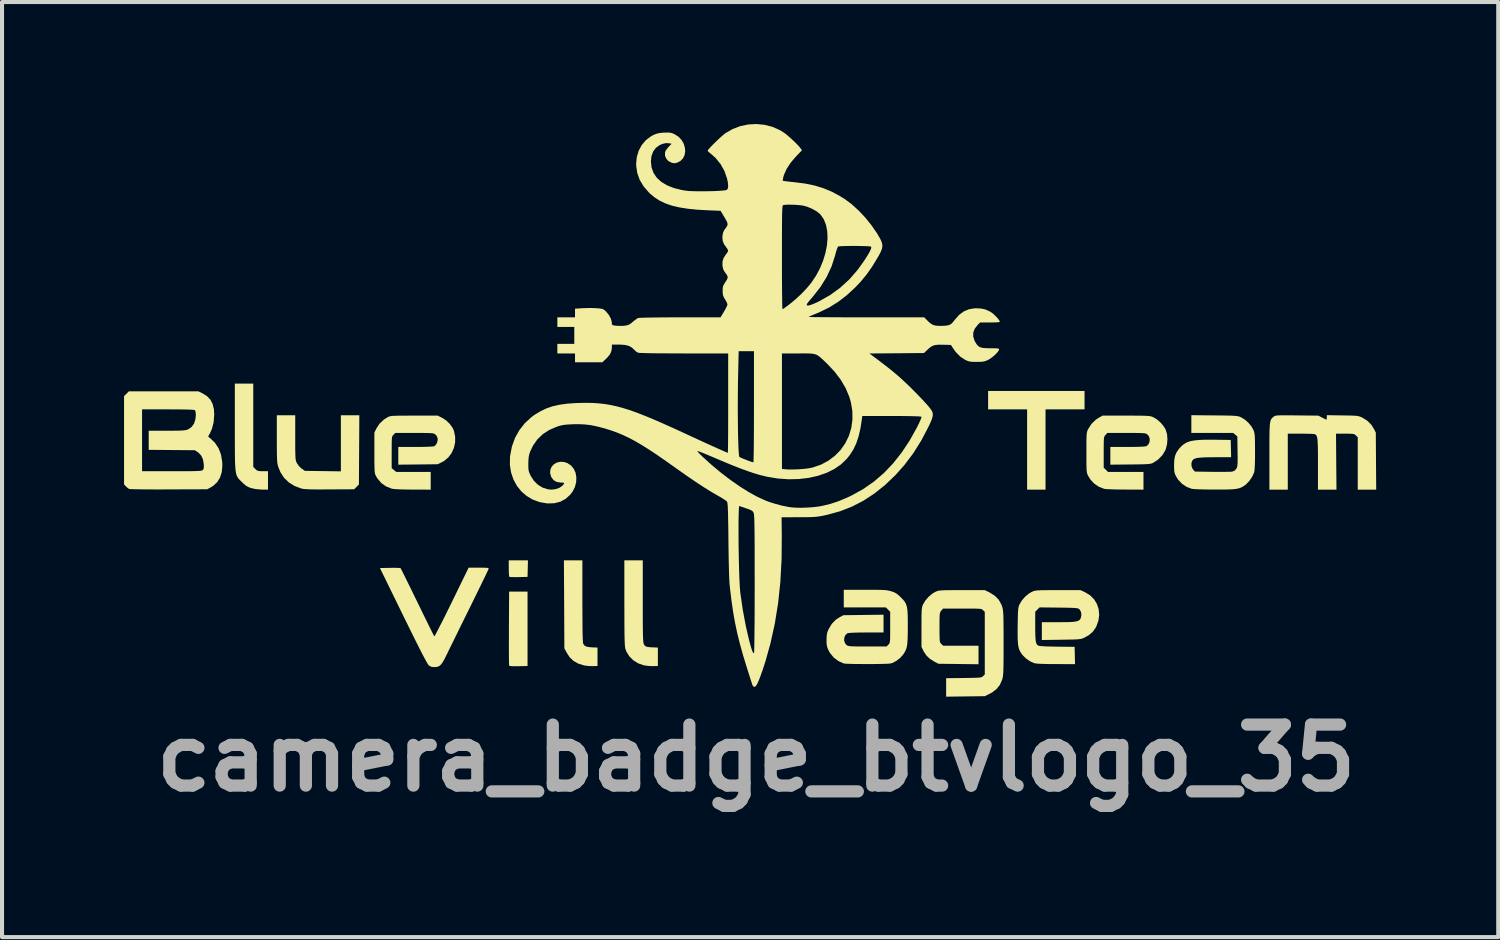
<source format=kicad_pcb>
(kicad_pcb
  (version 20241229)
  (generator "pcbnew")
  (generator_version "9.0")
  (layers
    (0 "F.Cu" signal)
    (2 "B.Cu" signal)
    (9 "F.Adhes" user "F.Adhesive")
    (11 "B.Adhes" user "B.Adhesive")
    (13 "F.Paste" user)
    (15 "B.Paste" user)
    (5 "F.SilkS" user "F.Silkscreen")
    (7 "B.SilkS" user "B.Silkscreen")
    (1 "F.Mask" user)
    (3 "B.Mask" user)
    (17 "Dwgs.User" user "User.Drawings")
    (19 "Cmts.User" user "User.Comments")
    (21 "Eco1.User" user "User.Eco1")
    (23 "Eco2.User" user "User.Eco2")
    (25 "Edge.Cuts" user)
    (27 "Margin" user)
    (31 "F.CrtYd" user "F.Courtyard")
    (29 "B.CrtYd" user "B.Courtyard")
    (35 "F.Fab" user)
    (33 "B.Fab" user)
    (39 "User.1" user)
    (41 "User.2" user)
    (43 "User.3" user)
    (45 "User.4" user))
  (footprint "camera_badge_btvlogo_35"
    (layer "F.Cu")
    (at 15.542 7.287)
    (property "Reference" "camera_badge_btvlogo_35" (at 0 8.3 0) (layer "F.Fab") (effects (font (size 1.5 1.5) (thickness 0.3))))
    (attr board_only exclude_from_pos_files exclude_from_bom)
    (fp_poly (pts (xy -5.616 3.643) (xy -5.621 3.847) (xy -5.84 3.852) (xy -5.925 3.853) (xy -5.997 3.852) (xy -6.048 3.849) (xy -6.07 3.845) (xy -6.07 3.845) (xy -6.075 3.822) (xy -6.08 3.772) (xy -6.082 3.701) (xy -6.083 3.636) (xy -6.083 3.44) (xy -5.847 3.44) (xy -5.611 3.44)) (stroke (width 0) (type solid)) (fill yes) (layer "F.SilkS"))
    (fp_poly (pts (xy 8.074 -0.498) (xy 8.074 -0.272) (xy 7.595 -0.272) (xy 7.115 -0.272) (xy 7.115 0.715) (xy 7.115 1.702) (xy 6.889 1.702) (xy 6.662 1.702) (xy 6.662 0.715) (xy 6.662 -0.272) (xy 6.183 -0.272) (xy 5.703 -0.272) (xy 5.703 -0.498) (xy 5.703 -0.724) (xy 6.889 -0.724) (xy 8.074 -0.724)) (stroke (width 0) (type solid)) (fill yes) (layer "F.SilkS"))
    (fp_poly (pts (xy -5.621 5.123) (xy -5.621 6.038) (xy -5.843 6.043) (xy -5.943 6.044) (xy -6.012 6.042) (xy -6.053 6.037) (xy -6.072 6.028) (xy -6.074 6.025) (xy -6.076 6.002) (xy -6.077 5.948) (xy -6.079 5.864) (xy -6.079 5.754) (xy -6.08 5.623) (xy -6.08 5.473) (xy -6.079 5.309) (xy -6.079 5.133) (xy -6.079 5.105) (xy -6.074 4.209) (xy -5.848 4.209) (xy -5.621 4.209)) (stroke (width 0) (type solid)) (fill yes) (layer "F.SilkS"))
    (fp_poly (pts (xy -4.273 4.444) (xy -4.272 4.69) (xy -4.271 4.902) (xy -4.27 5.079) (xy -4.268 5.224) (xy -4.265 5.336) (xy -4.261 5.418) (xy -4.257 5.47) (xy -4.252 5.492) (xy -4.225 5.532) (xy -4.182 5.558) (xy -4.117 5.573) (xy -4.028 5.58) (xy -3.901 5.585) (xy -3.901 5.811) (xy -3.901 6.038) (xy -4.019 6.041) (xy -4.102 6.039) (xy -4.188 6.031) (xy -4.236 6.022) (xy -4.377 5.978) (xy -4.491 5.913) (xy -4.584 5.825) (xy -4.654 5.718) (xy -4.716 5.603) (xy -4.721 4.521) (xy -4.727 3.44) (xy -4.5 3.44) (xy -4.273 3.44)) (stroke (width 0) (type solid)) (fill yes) (layer "F.SilkS"))
    (fp_poly (pts (xy -12.365 0.119) (xy -12.365 1.143) (xy -12.312 1.196) (xy -12.281 1.224) (xy -12.25 1.24) (xy -12.207 1.247) (xy -12.141 1.249) (xy -12.131 1.249) (xy -12.003 1.249) (xy -12.003 1.475) (xy -12.003 1.702) (xy -12.152 1.701) (xy -12.308 1.688) (xy -12.418 1.663) (xy -12.485 1.638) (xy -12.541 1.607) (xy -12.597 1.561) (xy -12.647 1.513) (xy -12.681 1.48) (xy -12.71 1.45) (xy -12.735 1.421) (xy -12.755 1.389) (xy -12.772 1.353) (xy -12.786 1.308) (xy -12.796 1.252) (xy -12.804 1.183) (xy -12.81 1.096) (xy -12.814 0.99) (xy -12.816 0.861) (xy -12.817 0.707) (xy -12.818 0.524) (xy -12.818 0.31) (xy -12.818 0.151) (xy -12.818 -0.905) (xy -12.591 -0.905) (xy -12.365 -0.905)) (stroke (width 0) (type solid)) (fill yes) (layer "F.SilkS"))
    (fp_poly (pts (xy -2.788 4.445) (xy -2.788 4.666) (xy -2.788 4.853) (xy -2.787 5.01) (xy -2.786 5.139) (xy -2.784 5.243) (xy -2.782 5.325) (xy -2.779 5.388) (xy -2.775 5.435) (xy -2.771 5.468) (xy -2.766 5.491) (xy -2.761 5.504) (xy -2.74 5.536) (xy -2.713 5.557) (xy -2.67 5.569) (xy -2.606 5.577) (xy -2.535 5.58) (xy -2.417 5.585) (xy -2.417 5.811) (xy -2.417 6.038) (xy -2.535 6.041) (xy -2.621 6.039) (xy -2.715 6.028) (xy -2.768 6.019) (xy -2.903 5.972) (xy -3.022 5.897) (xy -3.12 5.799) (xy -3.191 5.682) (xy -3.216 5.616) (xy -3.221 5.591) (xy -3.226 5.553) (xy -3.23 5.5) (xy -3.233 5.429) (xy -3.236 5.338) (xy -3.238 5.223) (xy -3.239 5.082) (xy -3.24 4.913) (xy -3.24 4.713) (xy -3.241 4.487) (xy -3.241 3.44) (xy -3.014 3.44) (xy -2.788 3.44)) (stroke (width 0) (type solid)) (fill yes) (layer "F.SilkS"))
    (fp_poly (pts (xy -11.333 0.422) (xy -11.333 0.577) (xy -11.333 0.701) (xy -11.331 0.797) (xy -11.329 0.871) (xy -11.326 0.925) (xy -11.321 0.966) (xy -11.315 0.996) (xy -11.306 1.021) (xy -11.295 1.045) (xy -11.292 1.05) (xy -11.245 1.119) (xy -11.182 1.18) (xy -11.173 1.186) (xy -11.095 1.24) (xy -10.653 1.246) (xy -10.211 1.252) (xy -10.211 0.562) (xy -10.211 -0.127) (xy -9.984 -0.127) (xy -9.757 -0.127) (xy -9.762 0.724) (xy -9.767 1.574) (xy -9.826 1.634) (xy -9.885 1.693) (xy -10.487 1.696) (xy -10.663 1.697) (xy -10.806 1.697) (xy -10.921 1.696) (xy -11.011 1.693) (xy -11.081 1.689) (xy -11.133 1.684) (xy -11.172 1.677) (xy -11.184 1.674) (xy -11.35 1.612) (xy -11.491 1.524) (xy -11.608 1.411) (xy -11.697 1.273) (xy -11.752 1.138) (xy -11.761 1.104) (xy -11.769 1.068) (xy -11.775 1.024) (xy -11.779 0.969) (xy -11.782 0.898) (xy -11.784 0.806) (xy -11.785 0.69) (xy -11.786 0.544) (xy -11.786 0.451) (xy -11.786 -0.127) (xy -11.559 -0.127) (xy -11.333 -0.127)) (stroke (width 0) (type solid)) (fill yes) (layer "F.SilkS"))
    (fp_poly (pts (xy -6.72 3.621) (xy -6.652 3.622) (xy -6.609 3.625) (xy -6.586 3.631) (xy -6.578 3.64) (xy -6.58 3.653) (xy -6.581 3.657) (xy -6.591 3.679) (xy -6.615 3.731) (xy -6.653 3.81) (xy -6.702 3.911) (xy -6.761 4.033) (xy -6.829 4.172) (xy -6.904 4.324) (xy -6.984 4.488) (xy -7.036 4.594) (xy -7.124 4.771) (xy -7.211 4.947) (xy -7.294 5.116) (xy -7.372 5.276) (xy -7.443 5.42) (xy -7.505 5.546) (xy -7.556 5.65) (xy -7.593 5.727) (xy -7.604 5.748) (xy -7.659 5.859) (xy -7.705 5.941) (xy -7.745 5.998) (xy -7.785 6.035) (xy -7.828 6.055) (xy -7.878 6.064) (xy -7.919 6.065) (xy -7.982 6.059) (xy -8.03 6.036) (xy -8.055 6.015) (xy -8.074 5.988) (xy -8.108 5.931) (xy -8.156 5.843) (xy -8.218 5.724) (xy -8.295 5.574) (xy -8.386 5.392) (xy -8.492 5.178) (xy -8.613 4.932) (xy -8.679 4.798) (xy -9.25 3.63) (xy -9.003 3.625) (xy -8.912 3.624) (xy -8.834 3.625) (xy -8.776 3.628) (xy -8.745 3.632) (xy -8.742 3.634) (xy -8.732 3.652) (xy -8.707 3.7) (xy -8.67 3.775) (xy -8.622 3.872) (xy -8.564 3.99) (xy -8.497 4.124) (xy -8.425 4.273) (xy -8.348 4.431) (xy -8.328 4.472) (xy -8.249 4.633) (xy -8.176 4.784) (xy -8.108 4.922) (xy -8.048 5.044) (xy -7.997 5.146) (xy -7.957 5.227) (xy -7.929 5.281) (xy -7.915 5.307) (xy -7.914 5.309) (xy -7.904 5.296) (xy -7.879 5.253) (xy -7.842 5.184) (xy -7.794 5.09) (xy -7.735 4.976) (xy -7.669 4.845) (xy -7.596 4.698) (xy -7.518 4.539) (xy -7.485 4.472) (xy -7.07 3.621) (xy -6.819 3.621)) (stroke (width 0) (type solid)) (fill yes) (layer "F.SilkS"))
    (fp_poly (pts (xy 14.415 -0.123) (xy 14.544 -0.121) (xy 14.641 -0.119) (xy 14.714 -0.116) (xy 14.769 -0.111) (xy 14.81 -0.104) (xy 14.845 -0.094) (xy 14.877 -0.081) (xy 14.902 -0.07) (xy 15.025 0.007) (xy 15.127 0.109) (xy 15.19 0.209) (xy 15.235 0.299) (xy 15.24 1) (xy 15.245 1.702) (xy 15.018 1.702) (xy 14.791 1.702) (xy 14.791 1.058) (xy 14.791 0.415) (xy 14.747 0.37) (xy 14.726 0.352) (xy 14.704 0.339) (xy 14.672 0.331) (xy 14.624 0.328) (xy 14.553 0.326) (xy 14.48 0.326) (xy 14.257 0.326) (xy 14.262 1.014) (xy 14.268 1.702) (xy 14.041 1.702) (xy 13.813 1.702) (xy 13.813 1.076) (xy 13.813 0.897) (xy 13.812 0.75) (xy 13.81 0.633) (xy 13.806 0.541) (xy 13.801 0.471) (xy 13.793 0.421) (xy 13.782 0.385) (xy 13.769 0.362) (xy 13.752 0.347) (xy 13.731 0.337) (xy 13.704 0.333) (xy 13.647 0.33) (xy 13.567 0.328) (xy 13.471 0.326) (xy 13.386 0.326) (xy 13.071 0.326) (xy 13.071 1.014) (xy 13.071 1.702) (xy 12.845 1.702) (xy 12.619 1.702) (xy 12.619 0.887) (xy 12.619 0.683) (xy 12.619 0.513) (xy 12.62 0.373) (xy 12.622 0.259) (xy 12.626 0.168) (xy 12.631 0.098) (xy 12.639 0.044) (xy 12.649 0.003) (xy 12.661 -0.027) (xy 12.677 -0.05) (xy 12.696 -0.069) (xy 12.718 -0.088) (xy 12.72 -0.088) (xy 12.735 -0.1) (xy 12.752 -0.109) (xy 12.774 -0.116) (xy 12.806 -0.121) (xy 12.852 -0.124) (xy 12.916 -0.125) (xy 13.002 -0.126) (xy 13.115 -0.125) (xy 13.259 -0.124) (xy 13.297 -0.123) (xy 13.822 -0.118) (xy 13.919 -0.068) (xy 13.971 -0.041) (xy 14.009 -0.023) (xy 14.023 -0.018) (xy 14.028 -0.034) (xy 14.031 -0.072) (xy 14.031 -0.074) (xy 14.031 -0.129)) (stroke (width 0) (type solid)) (fill yes) (layer "F.SilkS"))
    (fp_poly (pts (xy -7.727 -0.067) (xy -7.626 -0.003) (xy -7.536 0.083) (xy -7.466 0.179) (xy -7.431 0.256) (xy -7.401 0.398) (xy -7.402 0.541) (xy -7.432 0.677) (xy -7.489 0.803) (xy -7.571 0.912) (xy -7.676 0.998) (xy -7.727 1.026) (xy -7.83 1.077) (xy -8.314 1.083) (xy -8.799 1.088) (xy -8.799 0.87) (xy -8.799 0.652) (xy -8.372 0.652) (xy -8.22 0.651) (xy -8.095 0.648) (xy -8 0.644) (xy -7.937 0.639) (xy -7.909 0.632) (xy -7.87 0.594) (xy -7.841 0.534) (xy -7.83 0.468) (xy -7.833 0.435) (xy -7.855 0.383) (xy -7.889 0.343) (xy -7.905 0.333) (xy -7.924 0.324) (xy -7.952 0.318) (xy -7.992 0.313) (xy -8.05 0.311) (xy -8.129 0.309) (xy -8.235 0.308) (xy -8.371 0.308) (xy -8.404 0.308) (xy -8.873 0.308) (xy -8.917 0.352) (xy -8.932 0.368) (xy -8.943 0.384) (xy -8.951 0.406) (xy -8.956 0.439) (xy -8.959 0.488) (xy -8.961 0.559) (xy -8.961 0.655) (xy -8.962 0.782) (xy -8.962 0.785) (xy -8.962 1.174) (xy -8.906 1.22) (xy -8.85 1.267) (xy -8.426 1.267) (xy -8.002 1.267) (xy -8.002 1.485) (xy -8.002 1.702) (xy -8.441 1.701) (xy -8.614 1.699) (xy -8.755 1.695) (xy -8.863 1.69) (xy -8.936 1.682) (xy -8.963 1.677) (xy -9.101 1.622) (xy -9.218 1.539) (xy -9.312 1.427) (xy -9.347 1.369) (xy -9.359 1.345) (xy -9.368 1.321) (xy -9.375 1.292) (xy -9.38 1.252) (xy -9.383 1.198) (xy -9.385 1.125) (xy -9.387 1.028) (xy -9.387 0.903) (xy -9.387 0.797) (xy -9.387 0.299) (xy -9.337 0.196) (xy -9.259 0.078) (xy -9.152 -0.022) (xy -9.066 -0.076) (xy -9.044 -0.088) (xy -9.022 -0.097) (xy -8.995 -0.104) (xy -8.96 -0.109) (xy -8.912 -0.113) (xy -8.848 -0.115) (xy -8.763 -0.117) (xy -8.652 -0.117) (xy -8.512 -0.118) (xy -8.409 -0.118) (xy -7.83 -0.118)) (stroke (width 0) (type solid)) (fill yes) (layer "F.SilkS"))
    (fp_poly (pts (xy -13.61 -0.664) (xy -13.5 -0.595) (xy -13.418 -0.509) (xy -13.363 -0.402) (xy -13.332 -0.272) (xy -13.325 -0.145) (xy -13.339 0.044) (xy -13.382 0.211) (xy -13.428 0.311) (xy -13.475 0.398) (xy -13.422 0.439) (xy -13.305 0.552) (xy -13.217 0.686) (xy -13.158 0.841) (xy -13.129 1.016) (xy -13.125 1.111) (xy -13.139 1.269) (xy -13.182 1.405) (xy -13.252 1.518) (xy -13.349 1.608) (xy -13.399 1.639) (xy -13.497 1.693) (xy -14.438 1.696) (xy -14.62 1.697) (xy -14.792 1.697) (xy -14.95 1.696) (xy -15.091 1.695) (xy -15.211 1.693) (xy -15.307 1.691) (xy -15.375 1.689) (xy -15.411 1.686) (xy -15.416 1.685) (xy -15.453 1.661) (xy -15.494 1.624) (xy -15.497 1.621) (xy -15.542 1.572) (xy -15.542 0.488) (xy -15.542 -0.272) (xy -15.099 -0.272) (xy -15.099 0.489) (xy -15.099 1.249) (xy -14.367 1.249) (xy -14.183 1.249) (xy -14.033 1.249) (xy -13.911 1.248) (xy -13.816 1.246) (xy -13.744 1.244) (xy -13.691 1.241) (xy -13.653 1.237) (xy -13.629 1.232) (xy -13.613 1.225) (xy -13.605 1.219) (xy -13.587 1.192) (xy -13.58 1.149) (xy -13.581 1.083) (xy -13.582 1.079) (xy -13.602 0.957) (xy -13.646 0.862) (xy -13.715 0.791) (xy -13.729 0.781) (xy -13.802 0.733) (xy -14.369 0.728) (xy -14.936 0.723) (xy -14.936 0.488) (xy -14.936 0.253) (xy -14.488 0.253) (xy -14.346 0.253) (xy -14.235 0.252) (xy -14.151 0.25) (xy -14.088 0.246) (xy -14.042 0.241) (xy -14.007 0.234) (xy -13.979 0.225) (xy -13.965 0.219) (xy -13.882 0.162) (xy -13.822 0.079) (xy -13.787 -0.028) (xy -13.777 -0.135) (xy -13.781 -0.193) (xy -13.791 -0.236) (xy -13.799 -0.25) (xy -13.816 -0.256) (xy -13.853 -0.261) (xy -13.915 -0.265) (xy -14.002 -0.268) (xy -14.119 -0.27) (xy -14.266 -0.271) (xy -14.447 -0.272) (xy -14.46 -0.272) (xy -15.099 -0.272) (xy -15.542 -0.272) (xy -15.542 -0.597) (xy -15.483 -0.656) (xy -15.424 -0.715) (xy -14.569 -0.715) (xy -13.714 -0.715)) (stroke (width 0) (type solid)) (fill yes) (layer "F.SilkS"))
    (fp_poly (pts (xy 9.258 -0.118) (xy 9.386 -0.117) (xy 9.487 -0.116) (xy 9.564 -0.114) (xy 9.623 -0.111) (xy 9.667 -0.107) (xy 9.7 -0.101) (xy 9.728 -0.093) (xy 9.754 -0.083) (xy 9.771 -0.075) (xy 9.862 -0.019) (xy 9.951 0.061) (xy 10.026 0.153) (xy 10.071 0.231) (xy 10.102 0.337) (xy 10.112 0.46) (xy 10.102 0.587) (xy 10.071 0.706) (xy 10.058 0.738) (xy 9.983 0.861) (xy 9.879 0.965) (xy 9.773 1.035) (xy 9.749 1.048) (xy 9.724 1.058) (xy 9.694 1.065) (xy 9.654 1.071) (xy 9.6 1.075) (xy 9.528 1.078) (xy 9.431 1.08) (xy 9.306 1.082) (xy 9.201 1.083) (xy 8.708 1.088) (xy 8.708 0.87) (xy 8.708 0.652) (xy 9.135 0.652) (xy 9.275 0.651) (xy 9.395 0.649) (xy 9.491 0.645) (xy 9.558 0.64) (xy 9.594 0.634) (xy 9.596 0.633) (xy 9.646 0.588) (xy 9.673 0.525) (xy 9.677 0.455) (xy 9.656 0.389) (xy 9.619 0.345) (xy 9.603 0.334) (xy 9.584 0.325) (xy 9.558 0.318) (xy 9.519 0.314) (xy 9.464 0.311) (xy 9.388 0.309) (xy 9.286 0.308) (xy 9.154 0.308) (xy 9.103 0.308) (xy 8.634 0.308) (xy 8.59 0.356) (xy 8.575 0.372) (xy 8.564 0.39) (xy 8.556 0.413) (xy 8.551 0.448) (xy 8.547 0.499) (xy 8.546 0.571) (xy 8.545 0.669) (xy 8.545 0.783) (xy 8.545 1.161) (xy 8.598 1.214) (xy 8.651 1.267) (xy 9.087 1.267) (xy 9.523 1.267) (xy 9.523 1.485) (xy 9.523 1.702) (xy 9.075 1.7) (xy 8.947 1.699) (xy 8.828 1.697) (xy 8.723 1.693) (xy 8.638 1.69) (xy 8.58 1.685) (xy 8.558 1.682) (xy 8.43 1.634) (xy 8.314 1.556) (xy 8.218 1.453) (xy 8.162 1.361) (xy 8.149 1.335) (xy 8.139 1.308) (xy 8.132 1.278) (xy 8.127 1.238) (xy 8.123 1.185) (xy 8.121 1.113) (xy 8.12 1.017) (xy 8.12 0.894) (xy 8.12 0.788) (xy 8.12 0.641) (xy 8.12 0.527) (xy 8.122 0.439) (xy 8.124 0.373) (xy 8.128 0.324) (xy 8.134 0.288) (xy 8.142 0.259) (xy 8.152 0.234) (xy 8.161 0.215) (xy 8.244 0.085) (xy 8.35 -0.017) (xy 8.421 -0.064) (xy 8.518 -0.118) (xy 9.097 -0.118)) (stroke (width 0) (type solid)) (fill yes) (layer "F.SilkS"))
    (fp_poly (pts (xy 2.831 4.164) (xy 2.954 4.165) (xy 3.05 4.166) (xy 3.125 4.169) (xy 3.183 4.173) (xy 3.23 4.179) (xy 3.269 4.187) (xy 3.307 4.197) (xy 3.324 4.202) (xy 3.392 4.226) (xy 3.447 4.255) (xy 3.5 4.296) (xy 3.559 4.352) (xy 3.607 4.402) (xy 3.646 4.448) (xy 3.675 4.495) (xy 3.696 4.548) (xy 3.711 4.611) (xy 3.721 4.691) (xy 3.726 4.792) (xy 3.728 4.918) (xy 3.728 5.075) (xy 3.728 5.086) (xy 3.727 5.238) (xy 3.724 5.36) (xy 3.719 5.456) (xy 3.71 5.533) (xy 3.697 5.594) (xy 3.678 5.647) (xy 3.653 5.696) (xy 3.621 5.746) (xy 3.607 5.765) (xy 3.536 5.844) (xy 3.444 5.914) (xy 3.346 5.964) (xy 3.314 5.974) (xy 3.279 5.979) (xy 3.214 5.983) (xy 3.124 5.986) (xy 3.016 5.988) (xy 2.895 5.99) (xy 2.767 5.99) (xy 2.637 5.99) (xy 2.512 5.989) (xy 2.397 5.988) (xy 2.297 5.985) (xy 2.219 5.982) (xy 2.168 5.978) (xy 2.154 5.976) (xy 2.02 5.916) (xy 1.905 5.828) (xy 1.813 5.715) (xy 1.776 5.648) (xy 1.752 5.589) (xy 1.737 5.533) (xy 1.731 5.467) (xy 1.73 5.395) (xy 1.733 5.308) (xy 1.741 5.243) (xy 1.759 5.183) (xy 1.781 5.133) (xy 1.859 5.002) (xy 1.962 4.897) (xy 2.055 4.837) (xy 2.145 4.789) (xy 2.639 4.783) (xy 3.132 4.777) (xy 3.132 4.996) (xy 3.132 5.214) (xy 2.705 5.214) (xy 2.565 5.215) (xy 2.445 5.217) (xy 2.349 5.221) (xy 2.282 5.226) (xy 2.247 5.232) (xy 2.244 5.233) (xy 2.194 5.278) (xy 2.167 5.341) (xy 2.163 5.411) (xy 2.184 5.476) (xy 2.221 5.521) (xy 2.237 5.532) (xy 2.256 5.541) (xy 2.282 5.547) (xy 2.321 5.552) (xy 2.376 5.555) (xy 2.452 5.557) (xy 2.554 5.558) (xy 2.686 5.558) (xy 2.737 5.558) (xy 3.206 5.558) (xy 3.251 5.514) (xy 3.265 5.498) (xy 3.276 5.482) (xy 3.284 5.459) (xy 3.289 5.426) (xy 3.293 5.376) (xy 3.294 5.305) (xy 3.295 5.208) (xy 3.295 5.087) (xy 3.295 4.704) (xy 3.242 4.651) (xy 3.189 4.598) (xy 2.672 4.598) (xy 2.154 4.598) (xy 2.154 4.381) (xy 2.154 4.164) (xy 2.677 4.164)) (stroke (width 0) (type solid)) (fill yes) (layer "F.SilkS"))
    (fp_poly (pts (xy 8.088 4.225) (xy 8.211 4.301) (xy 8.309 4.398) (xy 8.379 4.514) (xy 8.421 4.642) (xy 8.434 4.78) (xy 8.415 4.923) (xy 8.364 5.065) (xy 8.349 5.093) (xy 8.276 5.197) (xy 8.178 5.281) (xy 8.075 5.338) (xy 8.044 5.353) (xy 8.014 5.364) (xy 7.982 5.372) (xy 7.941 5.378) (xy 7.888 5.383) (xy 7.816 5.386) (xy 7.722 5.388) (xy 7.6 5.39) (xy 7.5 5.392) (xy 7.024 5.399) (xy 7.024 5.18) (xy 7.024 4.961) (xy 7.432 4.961) (xy 7.583 4.96) (xy 7.701 4.958) (xy 7.792 4.953) (xy 7.859 4.944) (xy 7.907 4.932) (xy 7.941 4.914) (xy 7.964 4.891) (xy 7.98 4.86) (xy 7.983 4.854) (xy 7.997 4.782) (xy 7.987 4.709) (xy 7.954 4.65) (xy 7.945 4.642) (xy 7.931 4.631) (xy 7.912 4.623) (xy 7.884 4.617) (xy 7.841 4.612) (xy 7.78 4.609) (xy 7.696 4.606) (xy 7.584 4.604) (xy 7.441 4.602) (xy 7.438 4.602) (xy 6.969 4.597) (xy 6.915 4.65) (xy 6.861 4.704) (xy 6.861 5.067) (xy 6.862 5.205) (xy 6.865 5.311) (xy 6.87 5.391) (xy 6.878 5.448) (xy 6.891 5.488) (xy 6.908 5.515) (xy 6.931 5.533) (xy 6.94 5.538) (xy 6.973 5.545) (xy 7.039 5.551) (xy 7.137 5.557) (xy 7.264 5.56) (xy 7.405 5.563) (xy 7.83 5.567) (xy 7.835 5.78) (xy 7.84 5.992) (xy 7.373 5.991) (xy 7.203 5.99) (xy 7.067 5.987) (xy 6.962 5.983) (xy 6.887 5.977) (xy 6.839 5.969) (xy 6.832 5.967) (xy 6.731 5.921) (xy 6.631 5.851) (xy 6.549 5.768) (xy 6.537 5.753) (xy 6.504 5.705) (xy 6.478 5.657) (xy 6.458 5.604) (xy 6.444 5.542) (xy 6.435 5.464) (xy 6.43 5.367) (xy 6.429 5.245) (xy 6.429 5.094) (xy 6.43 5.046) (xy 6.432 4.907) (xy 6.434 4.799) (xy 6.437 4.717) (xy 6.442 4.656) (xy 6.447 4.61) (xy 6.455 4.575) (xy 6.465 4.545) (xy 6.475 4.522) (xy 6.533 4.426) (xy 6.612 4.335) (xy 6.702 4.259) (xy 6.776 4.216) (xy 6.804 4.204) (xy 6.83 4.194) (xy 6.861 4.187) (xy 6.898 4.181) (xy 6.949 4.178) (xy 7.016 4.175) (xy 7.104 4.174) (xy 7.218 4.173) (xy 7.363 4.173) (xy 7.423 4.173) (xy 7.975 4.173)) (stroke (width 0) (type solid)) (fill yes) (layer "F.SilkS"))
    (fp_poly (pts (xy 11.265 -0.123) (xy 11.424 -0.122) (xy 11.55 -0.12) (xy 11.65 -0.118) (xy 11.726 -0.115) (xy 11.783 -0.111) (xy 11.826 -0.106) (xy 11.86 -0.1) (xy 11.888 -0.091) (xy 11.915 -0.08) (xy 11.925 -0.075) (xy 12.015 -0.02) (xy 12.103 0.058) (xy 12.178 0.148) (xy 12.229 0.24) (xy 12.231 0.244) (xy 12.242 0.277) (xy 12.25 0.312) (xy 12.257 0.356) (xy 12.261 0.412) (xy 12.264 0.488) (xy 12.265 0.587) (xy 12.265 0.716) (xy 12.266 0.769) (xy 12.265 0.938) (xy 12.262 1.073) (xy 12.257 1.174) (xy 12.25 1.244) (xy 12.243 1.279) (xy 12.199 1.379) (xy 12.133 1.478) (xy 12.054 1.564) (xy 12.025 1.588) (xy 11.98 1.619) (xy 11.936 1.644) (xy 11.888 1.664) (xy 11.831 1.678) (xy 11.761 1.689) (xy 11.673 1.695) (xy 11.562 1.699) (xy 11.423 1.7) (xy 11.271 1.7) (xy 11.138 1.699) (xy 11.013 1.697) (xy 10.902 1.694) (xy 10.812 1.69) (xy 10.746 1.686) (xy 10.713 1.682) (xy 10.584 1.634) (xy 10.468 1.556) (xy 10.372 1.453) (xy 10.316 1.361) (xy 10.296 1.315) (xy 10.283 1.267) (xy 10.277 1.209) (xy 10.275 1.128) (xy 10.275 1.095) (xy 10.28 0.971) (xy 10.299 0.872) (xy 10.334 0.788) (xy 10.388 0.708) (xy 10.426 0.665) (xy 10.481 0.611) (xy 10.539 0.568) (xy 10.604 0.535) (xy 10.682 0.509) (xy 10.776 0.492) (xy 10.891 0.48) (xy 11.031 0.475) (xy 11.201 0.474) (xy 11.288 0.475) (xy 11.668 0.48) (xy 11.673 0.692) (xy 11.678 0.905) (xy 11.284 0.905) (xy 11.13 0.906) (xy 11.008 0.909) (xy 10.914 0.915) (xy 10.844 0.923) (xy 10.793 0.936) (xy 10.758 0.953) (xy 10.733 0.974) (xy 10.727 0.982) (xy 10.702 1.047) (xy 10.703 1.12) (xy 10.729 1.189) (xy 10.743 1.207) (xy 10.787 1.258) (xy 11.218 1.264) (xy 11.343 1.265) (xy 11.459 1.265) (xy 11.56 1.264) (xy 11.64 1.263) (xy 11.693 1.26) (xy 11.71 1.258) (xy 11.77 1.231) (xy 11.805 1.189) (xy 11.817 1.167) (xy 11.826 1.142) (xy 11.832 1.109) (xy 11.836 1.062) (xy 11.838 0.996) (xy 11.838 0.905) (xy 11.836 0.784) (xy 11.836 0.763) (xy 11.831 0.395) (xy 11.78 0.351) (xy 11.729 0.308) (xy 11.214 0.308) (xy 10.7 0.308) (xy 10.7 0.09) (xy 10.7 -0.129)) (stroke (width 0) (type solid)) (fill yes) (layer "F.SilkS"))
    (fp_poly (pts (xy 5.743 4.232) (xy 5.868 4.311) (xy 5.963 4.408) (xy 6.029 4.526) (xy 6.047 4.576) (xy 6.056 4.606) (xy 6.063 4.637) (xy 6.069 4.673) (xy 6.073 4.718) (xy 6.077 4.774) (xy 6.079 4.847) (xy 6.081 4.938) (xy 6.082 5.053) (xy 6.083 5.194) (xy 6.083 5.366) (xy 6.083 5.476) (xy 6.083 5.667) (xy 6.083 5.825) (xy 6.082 5.954) (xy 6.08 6.058) (xy 6.078 6.141) (xy 6.075 6.205) (xy 6.071 6.256) (xy 6.066 6.296) (xy 6.06 6.33) (xy 6.052 6.36) (xy 6.047 6.377) (xy 5.991 6.503) (xy 5.907 6.608) (xy 5.794 6.693) (xy 5.743 6.72) (xy 5.622 6.78) (xy 5.147 6.786) (xy 4.671 6.792) (xy 4.671 6.565) (xy 4.671 6.338) (xy 5.105 6.333) (xy 5.241 6.331) (xy 5.346 6.329) (xy 5.424 6.327) (xy 5.48 6.323) (xy 5.519 6.318) (xy 5.544 6.311) (xy 5.562 6.302) (xy 5.576 6.29) (xy 5.58 6.286) (xy 5.621 6.245) (xy 5.621 5.476) (xy 5.621 4.708) (xy 5.58 4.667) (xy 5.567 4.654) (xy 5.552 4.645) (xy 5.531 4.637) (xy 5.499 4.632) (xy 5.452 4.629) (xy 5.386 4.627) (xy 5.295 4.626) (xy 5.177 4.626) (xy 5.067 4.626) (xy 4.595 4.626) (xy 4.552 4.676) (xy 4.537 4.695) (xy 4.526 4.714) (xy 4.518 4.739) (xy 4.513 4.776) (xy 4.51 4.83) (xy 4.508 4.906) (xy 4.508 5.009) (xy 4.508 5.089) (xy 4.508 5.212) (xy 4.509 5.304) (xy 4.511 5.371) (xy 4.514 5.416) (xy 4.52 5.447) (xy 4.529 5.468) (xy 4.541 5.484) (xy 4.552 5.495) (xy 4.597 5.54) (xy 5.032 5.54) (xy 5.467 5.54) (xy 5.467 5.767) (xy 5.467 5.995) (xy 4.974 5.989) (xy 4.481 5.983) (xy 4.386 5.934) (xy 4.273 5.863) (xy 4.188 5.783) (xy 4.123 5.686) (xy 4.115 5.67) (xy 4.064 5.567) (xy 4.064 5.087) (xy 4.065 4.942) (xy 4.065 4.828) (xy 4.067 4.741) (xy 4.069 4.675) (xy 4.074 4.627) (xy 4.08 4.59) (xy 4.088 4.56) (xy 4.099 4.533) (xy 4.104 4.522) (xy 4.162 4.426) (xy 4.241 4.335) (xy 4.331 4.259) (xy 4.404 4.216) (xy 4.432 4.204) (xy 4.458 4.194) (xy 4.488 4.187) (xy 4.526 4.182) (xy 4.576 4.178) (xy 4.642 4.175) (xy 4.73 4.174) (xy 4.842 4.173) (xy 4.985 4.173) (xy 5.06 4.173) (xy 5.622 4.173)) (stroke (width 0) (type solid)) (fill yes) (layer "F.SilkS"))
    (fp_poly (pts (xy 0.207 -7.268) (xy 0.401 -7.218) (xy 0.582 -7.138) (xy 0.681 -7.077) (xy 0.746 -7.028) (xy 0.822 -6.962) (xy 0.903 -6.889) (xy 0.98 -6.814) (xy 1.045 -6.747) (xy 1.089 -6.694) (xy 1.089 -6.693) (xy 1.126 -6.643) (xy 0.974 -6.484) (xy 0.847 -6.335) (xy 0.75 -6.186) (xy 0.685 -6.042) (xy 0.669 -5.987) (xy 0.658 -5.936) (xy 0.654 -5.9) (xy 0.655 -5.892) (xy 0.675 -5.888) (xy 0.725 -5.881) (xy 0.798 -5.872) (xy 0.888 -5.862) (xy 0.943 -5.857) (xy 1.206 -5.823) (xy 1.444 -5.774) (xy 1.662 -5.706) (xy 1.87 -5.619) (xy 2.073 -5.508) (xy 2.187 -5.437) (xy 2.352 -5.313) (xy 2.519 -5.161) (xy 2.681 -4.989) (xy 2.832 -4.802) (xy 2.965 -4.61) (xy 3.022 -4.515) (xy 3.068 -4.429) (xy 3.095 -4.357) (xy 3.104 -4.291) (xy 3.093 -4.223) (xy 3.063 -4.144) (xy 3.012 -4.047) (xy 2.988 -4.005) (xy 2.852 -3.782) (xy 2.714 -3.586) (xy 2.565 -3.406) (xy 2.434 -3.268) (xy 2.225 -3.075) (xy 2.013 -2.913) (xy 1.791 -2.775) (xy 1.55 -2.658) (xy 1.491 -2.633) (xy 1.414 -2.602) (xy 1.35 -2.574) (xy 1.306 -2.554) (xy 1.29 -2.545) (xy 1.306 -2.544) (xy 1.355 -2.542) (xy 1.436 -2.54) (xy 1.544 -2.539) (xy 1.678 -2.538) (xy 1.834 -2.537) (xy 2.011 -2.536) (xy 2.204 -2.535) (xy 2.413 -2.535) (xy 2.633 -2.535) (xy 2.706 -2.535) (xy 4.132 -2.535) (xy 4.214 -2.451) (xy 4.276 -2.393) (xy 4.334 -2.355) (xy 4.396 -2.334) (xy 4.474 -2.325) (xy 4.574 -2.325) (xy 4.666 -2.33) (xy 4.731 -2.341) (xy 4.78 -2.362) (xy 4.824 -2.4) (xy 4.871 -2.458) (xy 4.885 -2.476) (xy 4.991 -2.596) (xy 5.108 -2.682) (xy 5.238 -2.735) (xy 5.382 -2.757) (xy 5.411 -2.757) (xy 5.532 -2.751) (xy 5.633 -2.729) (xy 5.729 -2.687) (xy 5.781 -2.657) (xy 5.83 -2.62) (xy 5.883 -2.57) (xy 5.933 -2.517) (xy 5.971 -2.468) (xy 5.991 -2.431) (xy 5.992 -2.423) (xy 5.975 -2.418) (xy 5.929 -2.413) (xy 5.859 -2.41) (xy 5.773 -2.408) (xy 5.749 -2.408) (xy 5.506 -2.408) (xy 5.45 -2.352) (xy 5.376 -2.259) (xy 5.338 -2.163) (xy 5.337 -2.063) (xy 5.37 -1.958) (xy 5.396 -1.912) (xy 5.43 -1.86) (xy 5.465 -1.824) (xy 5.507 -1.799) (xy 5.564 -1.784) (xy 5.641 -1.777) (xy 5.746 -1.774) (xy 5.78 -1.774) (xy 5.867 -1.773) (xy 5.925 -1.771) (xy 5.958 -1.765) (xy 5.972 -1.755) (xy 5.974 -1.746) (xy 5.96 -1.712) (xy 5.923 -1.664) (xy 5.871 -1.611) (xy 5.809 -1.558) (xy 5.746 -1.513) (xy 5.705 -1.489) (xy 5.653 -1.466) (xy 5.606 -1.451) (xy 5.553 -1.443) (xy 5.482 -1.44) (xy 5.422 -1.439) (xy 5.334 -1.44) (xy 5.271 -1.445) (xy 5.221 -1.455) (xy 5.174 -1.473) (xy 5.142 -1.488) (xy 5.019 -1.568) (xy 4.909 -1.681) (xy 4.846 -1.767) (xy 4.788 -1.856) (xy 4.594 -1.861) (xy 4.489 -1.862) (xy 4.41 -1.855) (xy 4.348 -1.838) (xy 4.293 -1.808) (xy 4.235 -1.761) (xy 4.204 -1.731) (xy 4.126 -1.657) (xy 3.455 -1.651) (xy 2.785 -1.646) (xy 3.035 -1.459) (xy 3.138 -1.38) (xy 3.251 -1.292) (xy 3.36 -1.204) (xy 3.456 -1.124) (xy 3.485 -1.1) (xy 3.582 -1.013) (xy 3.692 -0.91) (xy 3.809 -0.797) (xy 3.926 -0.679) (xy 4.039 -0.563) (xy 4.139 -0.456) (xy 4.222 -0.364) (xy 4.251 -0.329) (xy 4.299 -0.268) (xy 4.33 -0.214) (xy 4.344 -0.162) (xy 4.34 -0.103) (xy 4.32 -0.032) (xy 4.282 0.059) (xy 4.247 0.136) (xy 4.066 0.483) (xy 3.863 0.807) (xy 3.639 1.104) (xy 3.423 1.346) (xy 3.167 1.59) (xy 2.905 1.799) (xy 2.635 1.975) (xy 2.354 2.12) (xy 2.06 2.234) (xy 1.749 2.32) (xy 1.704 2.33) (xy 1.627 2.346) (xy 1.56 2.358) (xy 1.495 2.367) (xy 1.426 2.373) (xy 1.345 2.377) (xy 1.245 2.379) (xy 1.12 2.38) (xy 1.05 2.38) (xy 0.625 2.381) (xy 0.63 2.842) (xy 0.625 3.416) (xy 0.595 3.966) (xy 0.54 4.492) (xy 0.458 4.998) (xy 0.351 5.484) (xy 0.229 5.92) (xy 0.167 6.112) (xy 0.112 6.269) (xy 0.065 6.391) (xy 0.025 6.479) (xy -0.009 6.532) (xy -0.034 6.55) (xy -0.069 6.543) (xy -0.09 6.51) (xy -0.1 6.481) (xy -0.119 6.422) (xy -0.146 6.339) (xy -0.178 6.239) (xy -0.214 6.126) (xy -0.234 6.061) (xy -0.324 5.767) (xy -0.4 5.494) (xy -0.465 5.233) (xy -0.519 4.976) (xy -0.566 4.713) (xy -0.606 4.436) (xy -0.643 4.133) (xy -0.653 4.037) (xy -0.657 3.981) (xy -0.662 3.893) (xy -0.666 3.777) (xy -0.67 3.639) (xy -0.674 3.482) (xy -0.677 3.311) (xy -0.68 3.131) (xy -0.682 2.946) (xy -0.682 2.942) (xy -0.684 2.758) (xy -0.434 2.758) (xy -0.433 2.921) (xy -0.432 3.09) (xy -0.429 3.261) (xy -0.426 3.431) (xy -0.422 3.596) (xy -0.417 3.751) (xy -0.412 3.894) (xy -0.406 4.02) (xy -0.4 4.126) (xy -0.393 4.208) (xy -0.391 4.227) (xy -0.331 4.646) (xy -0.255 5.053) (xy -0.2 5.296) (xy -0.162 5.448) (xy -0.13 5.565) (xy -0.103 5.649) (xy -0.081 5.702) (xy -0.064 5.723) (xy -0.052 5.718) (xy -0.05 5.697) (xy -0.048 5.642) (xy -0.046 5.556) (xy -0.044 5.441) (xy -0.042 5.301) (xy -0.041 5.137) (xy -0.039 4.952) (xy -0.038 4.75) (xy -0.037 4.531) (xy -0.037 4.299) (xy -0.036 4.057) (xy -0.036 4.014) (xy -0.037 3.72) (xy -0.037 3.461) (xy -0.037 3.233) (xy -0.038 3.036) (xy -0.039 2.867) (xy -0.04 2.724) (xy -0.042 2.604) (xy -0.044 2.507) (xy -0.046 2.43) (xy -0.049 2.37) (xy -0.052 2.326) (xy -0.056 2.296) (xy -0.06 2.278) (xy -0.061 2.276) (xy -0.077 2.245) (xy -0.101 2.222) (xy -0.14 2.201) (xy -0.203 2.176) (xy -0.237 2.165) (xy -0.308 2.14) (xy -0.368 2.12) (xy -0.406 2.106) (xy -0.414 2.104) (xy -0.42 2.119) (xy -0.425 2.166) (xy -0.428 2.242) (xy -0.431 2.343) (xy -0.433 2.466) (xy -0.434 2.605) (xy -0.434 2.758) (xy -0.684 2.758) (xy -0.684 2.727) (xy -0.687 2.546) (xy -0.69 2.396) (xy -0.692 2.274) (xy -0.696 2.178) (xy -0.699 2.105) (xy -0.704 2.053) (xy -0.709 2.019) (xy -0.714 2.001) (xy -0.715 1.999) (xy -0.74 1.976) (xy -0.79 1.941) (xy -0.857 1.898) (xy -0.935 1.854) (xy -1.087 1.766) (xy -1.265 1.656) (xy -1.466 1.525) (xy -1.688 1.374) (xy -1.93 1.204) (xy -2.01 1.147) (xy -2.245 0.98) (xy -2.457 0.834) (xy -2.581 0.752) (xy -1.446 0.752) (xy -1.438 0.768) (xy -1.408 0.802) (xy -1.361 0.85) (xy -1.312 0.898) (xy -1.092 1.097) (xy -0.865 1.286) (xy -0.637 1.46) (xy -0.411 1.618) (xy -0.191 1.757) (xy 0.019 1.873) (xy 0.214 1.963) (xy 0.303 1.998) (xy 0.465 2.05) (xy 0.634 2.095) (xy 0.794 2.127) (xy 0.844 2.135) (xy 0.96 2.145) (xy 1.098 2.148) (xy 1.249 2.143) (xy 1.401 2.133) (xy 1.54 2.116) (xy 1.624 2.101) (xy 1.827 2.052) (xy 2.026 1.986) (xy 2.231 1.9) (xy 2.344 1.847) (xy 2.628 1.69) (xy 2.892 1.507) (xy 3.137 1.297) (xy 3.365 1.059) (xy 3.577 0.791) (xy 3.775 0.492) (xy 3.96 0.16) (xy 3.967 0.144) (xy 4.007 0.063) (xy 4.038 -0.007) (xy 4.059 -0.059) (xy 4.065 -0.087) (xy 4.065 -0.09) (xy 4.043 -0.095) (xy 3.985 -0.1) (xy 3.891 -0.103) (xy 3.761 -0.106) (xy 3.594 -0.108) (xy 3.391 -0.109) (xy 3.331 -0.109) (xy 2.609 -0.109) (xy 2.598 -0.023) (xy 2.563 0.202) (xy 2.517 0.397) (xy 2.46 0.567) (xy 2.388 0.718) (xy 2.299 0.855) (xy 2.228 0.944) (xy 2.089 1.079) (xy 1.922 1.194) (xy 1.731 1.289) (xy 1.519 1.362) (xy 1.291 1.413) (xy 1.049 1.441) (xy 0.796 1.447) (xy 0.537 1.429) (xy 0.274 1.386) (xy 0.078 1.338) (xy -0.057 1.297) (xy -0.206 1.247) (xy -0.355 1.193) (xy 0.634 1.193) (xy 0.711 1.201) (xy 0.808 1.207) (xy 0.926 1.206) (xy 1.054 1.201) (xy 1.18 1.191) (xy 1.293 1.177) (xy 1.382 1.16) (xy 1.384 1.159) (xy 1.591 1.089) (xy 1.776 0.99) (xy 1.939 0.867) (xy 2.079 0.723) (xy 2.193 0.559) (xy 2.28 0.379) (xy 2.339 0.185) (xy 2.367 -0.019) (xy 2.365 -0.23) (xy 2.329 -0.446) (xy 2.29 -0.58) (xy 2.2 -0.794) (xy 2.078 -1.002) (xy 1.923 -1.205) (xy 1.733 -1.406) (xy 1.706 -1.431) (xy 1.636 -1.498) (xy 1.579 -1.549) (xy 1.531 -1.587) (xy 1.485 -1.614) (xy 1.434 -1.631) (xy 1.374 -1.642) (xy 1.296 -1.646) (xy 1.197 -1.648) (xy 1.068 -1.647) (xy 1.036 -1.647) (xy 0.634 -1.647) (xy 0.634 -0.227) (xy 0.634 1.193) (xy -0.355 1.193) (xy -0.371 1.187) (xy -0.558 1.114) (xy -0.768 1.028) (xy -1.008 0.926) (xy -1.012 0.924) (xy -1.128 0.875) (xy -1.232 0.832) (xy -1.32 0.796) (xy -1.388 0.77) (xy -1.432 0.755) (xy -1.446 0.752) (xy -2.581 0.752) (xy -2.648 0.708) (xy -2.822 0.599) (xy -2.984 0.505) (xy -3.136 0.425) (xy -3.282 0.356) (xy -3.427 0.296) (xy -3.573 0.244) (xy -3.724 0.197) (xy -3.739 0.193) (xy -3.916 0.147) (xy -4.073 0.115) (xy -4.224 0.098) (xy -4.381 0.092) (xy -4.509 0.094) (xy -4.621 0.1) (xy -4.706 0.107) (xy -4.777 0.119) (xy -4.844 0.136) (xy -4.897 0.153) (xy -5.085 0.233) (xy -5.246 0.338) (xy -5.38 0.467) (xy -5.488 0.621) (xy -5.558 0.769) (xy -5.58 0.835) (xy -5.593 0.902) (xy -5.6 0.983) (xy -5.602 1.059) (xy -5.602 1.145) (xy -5.598 1.207) (xy -5.589 1.255) (xy -5.571 1.303) (xy -5.544 1.361) (xy -5.544 1.362) (xy -5.466 1.483) (xy -5.367 1.581) (xy -5.251 1.652) (xy -5.124 1.693) (xy -5.032 1.702) (xy -4.93 1.69) (xy -4.838 1.657) (xy -4.765 1.607) (xy -4.725 1.557) (xy -4.722 1.54) (xy -4.739 1.531) (xy -4.783 1.528) (xy -4.806 1.527) (xy -4.905 1.512) (xy -4.98 1.469) (xy -5.035 1.396) (xy -5.04 1.387) (xy -5.066 1.297) (xy -5.061 1.213) (xy -5.029 1.139) (xy -4.974 1.079) (xy -4.902 1.037) (xy -4.816 1.017) (xy -4.722 1.022) (xy -4.643 1.048) (xy -4.552 1.108) (xy -4.484 1.19) (xy -4.44 1.289) (xy -4.421 1.4) (xy -4.426 1.518) (xy -4.456 1.636) (xy -4.513 1.749) (xy -4.574 1.829) (xy -4.687 1.93) (xy -4.816 1.999) (xy -4.962 2.036) (xy -5.125 2.041) (xy -5.142 2.04) (xy -5.325 2.008) (xy -5.494 1.946) (xy -5.645 1.856) (xy -5.776 1.742) (xy -5.885 1.605) (xy -5.969 1.449) (xy -6.027 1.277) (xy -6.056 1.093) (xy -6.053 0.898) (xy -6.049 0.866) (xy -6.005 0.64) (xy -5.929 0.43) (xy -5.822 0.239) (xy -5.687 0.067) (xy -5.525 -0.082) (xy -5.442 -0.142) (xy -5.3 -0.227) (xy -5.156 -0.296) (xy -5.003 -0.348) (xy -4.834 -0.386) (xy -4.645 -0.412) (xy -4.429 -0.427) (xy -4.359 -0.429) (xy -4.195 -0.432) (xy -4.039 -0.43) (xy -3.89 -0.421) (xy -3.743 -0.406) (xy -3.595 -0.382) (xy -3.444 -0.35) (xy -3.285 -0.308) (xy -3.117 -0.256) (xy -2.936 -0.192) (xy -2.739 -0.115) (xy -2.522 -0.025) (xy -2.283 0.079) (xy -2.018 0.198) (xy -1.724 0.333) (xy -1.72 0.335) (xy -1.548 0.415) (xy -1.383 0.491) (xy -1.228 0.562) (xy -1.087 0.626) (xy -0.963 0.682) (xy -0.859 0.728) (xy -0.778 0.764) (xy -0.723 0.787) (xy -0.698 0.796) (xy -0.696 0.797) (xy -0.695 0.779) (xy -0.694 0.728) (xy -0.692 0.647) (xy -0.691 0.538) (xy -0.69 0.405) (xy -0.689 0.251) (xy -0.689 0.078) (xy -0.688 -0.11) (xy -0.688 -0.305) (xy -0.452 -0.305) (xy -0.451 -0.111) (xy -0.449 0.076) (xy -0.447 0.252) (xy -0.444 0.414) (xy -0.439 0.559) (xy -0.435 0.682) (xy -0.429 0.78) (xy -0.423 0.851) (xy -0.416 0.891) (xy -0.413 0.897) (xy -0.389 0.911) (xy -0.339 0.933) (xy -0.275 0.959) (xy -0.206 0.986) (xy -0.142 1.009) (xy -0.092 1.025) (xy -0.068 1.031) (xy -0.066 1.013) (xy -0.064 0.963) (xy -0.062 0.881) (xy -0.06 0.772) (xy -0.058 0.637) (xy -0.057 0.48) (xy -0.056 0.304) (xy -0.055 0.111) (xy -0.055 -0.095) (xy -0.054 -0.313) (xy -0.054 -0.335) (xy -0.054 -1.702) (xy -0.242 -1.702) (xy -0.43 -1.702) (xy -0.444 -1.091) (xy -0.448 -0.9) (xy -0.45 -0.704) (xy -0.451 -0.504) (xy -0.452 -0.305) (xy -0.688 -0.305) (xy -0.688 -0.311) (xy -0.688 -0.425) (xy -0.688 -1.647) (xy -1.773 -1.647) (xy -2.013 -1.648) (xy -2.228 -1.649) (xy -2.417 -1.65) (xy -2.577 -1.652) (xy -2.708 -1.655) (xy -2.807 -1.658) (xy -2.873 -1.661) (xy -2.905 -1.665) (xy -2.906 -1.666) (xy -2.95 -1.692) (xy -2.994 -1.732) (xy -2.998 -1.737) (xy -3.059 -1.794) (xy -3.134 -1.834) (xy -3.228 -1.856) (xy -3.349 -1.865) (xy -3.373 -1.865) (xy -3.548 -1.865) (xy -3.548 -1.792) (xy -3.559 -1.707) (xy -3.592 -1.63) (xy -3.653 -1.553) (xy -3.69 -1.516) (xy -3.782 -1.43) (xy -4.118 -1.43) (xy -4.454 -1.43) (xy -4.454 -1.539) (xy -4.454 -1.647) (xy -4.671 -1.647) (xy -4.888 -1.647) (xy -4.888 -1.765) (xy -4.888 -1.883) (xy -4.68 -1.883) (xy -4.472 -1.883) (xy -4.472 -2.091) (xy -4.472 -2.299) (xy -4.68 -2.299) (xy -4.888 -2.299) (xy -4.888 -2.417) (xy -4.888 -2.535) (xy -4.671 -2.535) (xy -4.454 -2.535) (xy -4.454 -2.641) (xy -4.454 -2.747) (xy -4.274 -2.759) (xy -4.171 -2.763) (xy -4.056 -2.764) (xy -3.951 -2.76) (xy -3.927 -2.759) (xy -3.848 -2.752) (xy -3.795 -2.745) (xy -3.758 -2.732) (xy -3.728 -2.712) (xy -3.694 -2.68) (xy -3.689 -2.675) (xy -3.622 -2.594) (xy -3.574 -2.505) (xy -3.55 -2.42) (xy -3.549 -2.397) (xy -3.547 -2.365) (xy -3.535 -2.347) (xy -3.506 -2.337) (xy -3.451 -2.329) (xy -3.443 -2.328) (xy -3.36 -2.324) (xy -3.27 -2.325) (xy -3.232 -2.329) (xy -3.168 -2.34) (xy -3.118 -2.359) (xy -3.068 -2.394) (xy -3.037 -2.421) (xy -2.983 -2.465) (xy -2.933 -2.501) (xy -2.903 -2.518) (xy -2.876 -2.521) (xy -2.816 -2.524) (xy -2.725 -2.527) (xy -2.608 -2.529) (xy -2.466 -2.531) (xy -2.303 -2.533) (xy -2.121 -2.534) (xy -1.924 -2.535) (xy -1.867 -2.535) (xy -0.876 -2.535) (xy -0.791 -2.675) (xy -0.753 -2.742) (xy -0.724 -2.8) (xy -0.708 -2.84) (xy -0.706 -2.85) (xy -0.715 -2.883) (xy -0.74 -2.934) (xy -0.765 -2.976) (xy -0.799 -3.034) (xy -0.817 -3.085) (xy -0.823 -3.145) (xy -0.824 -3.186) (xy -0.822 -3.254) (xy -0.812 -3.304) (xy -0.789 -3.352) (xy -0.754 -3.406) (xy -0.718 -3.463) (xy -0.701 -3.504) (xy -0.703 -3.542) (xy -0.726 -3.586) (xy -0.771 -3.647) (xy -0.776 -3.654) (xy -0.81 -3.715) (xy -0.827 -3.793) (xy -0.829 -3.819) (xy -0.827 -3.911) (xy -0.802 -3.992) (xy -0.791 -4.008) (xy 0.634 -4.008) (xy 0.634 -3.797) (xy 0.634 -3.597) (xy 0.635 -3.41) (xy 0.636 -3.241) (xy 0.638 -3.09) (xy 0.639 -2.963) (xy 0.641 -2.861) (xy 0.643 -2.787) (xy 0.646 -2.744) (xy 0.647 -2.734) (xy 0.666 -2.744) (xy 0.707 -2.773) (xy 0.764 -2.814) (xy 0.815 -2.852) (xy 0.82 -2.856) (xy 1.244 -2.856) (xy 1.246 -2.83) (xy 1.276 -2.824) (xy 1.336 -2.838) (xy 1.423 -2.871) (xy 1.537 -2.924) (xy 1.55 -2.931) (xy 1.819 -3.082) (xy 2.066 -3.262) (xy 2.292 -3.469) (xy 2.499 -3.707) (xy 2.651 -3.92) (xy 2.729 -4.041) (xy 2.784 -4.135) (xy 2.818 -4.205) (xy 2.831 -4.25) (xy 2.823 -4.274) (xy 2.823 -4.274) (xy 2.797 -4.279) (xy 2.742 -4.283) (xy 2.664 -4.286) (xy 2.57 -4.288) (xy 2.466 -4.29) (xy 2.359 -4.29) (xy 2.256 -4.289) (xy 2.163 -4.287) (xy 2.088 -4.284) (xy 2.036 -4.28) (xy 2.015 -4.276) (xy 2.002 -4.254) (xy 1.983 -4.204) (xy 1.961 -4.133) (xy 1.939 -4.05) (xy 1.939 -4.049) (xy 1.853 -3.784) (xy 1.733 -3.527) (xy 1.58 -3.28) (xy 1.395 -3.044) (xy 1.385 -3.033) (xy 1.331 -2.97) (xy 1.285 -2.914) (xy 1.254 -2.873) (xy 1.244 -2.856) (xy 0.82 -2.856) (xy 0.968 -2.978) (xy 1.116 -3.115) (xy 1.249 -3.256) (xy 1.356 -3.386) (xy 1.473 -3.56) (xy 1.57 -3.743) (xy 1.647 -3.931) (xy 1.704 -4.119) (xy 1.74 -4.304) (xy 1.755 -4.483) (xy 1.747 -4.651) (xy 1.718 -4.804) (xy 1.666 -4.939) (xy 1.59 -5.051) (xy 1.568 -5.075) (xy 1.484 -5.142) (xy 1.375 -5.204) (xy 1.254 -5.254) (xy 1.172 -5.277) (xy 1.111 -5.288) (xy 1.03 -5.296) (xy 0.939 -5.302) (xy 0.847 -5.304) (xy 0.764 -5.304) (xy 0.699 -5.3) (xy 0.662 -5.294) (xy 0.657 -5.289) (xy 0.652 -5.277) (xy 0.648 -5.256) (xy 0.644 -5.224) (xy 0.642 -5.177) (xy 0.639 -5.114) (xy 0.637 -5.032) (xy 0.636 -4.928) (xy 0.635 -4.8) (xy 0.634 -4.646) (xy 0.634 -4.463) (xy 0.634 -4.249) (xy 0.634 -4.008) (xy -0.791 -4.008) (xy -0.75 -4.073) (xy -0.731 -4.097) (xy -0.697 -4.146) (xy -0.692 -4.186) (xy -0.716 -4.23) (xy -0.731 -4.249) (xy -0.79 -4.333) (xy -0.822 -4.412) (xy -0.831 -4.5) (xy -0.829 -4.527) (xy -0.816 -4.611) (xy -0.787 -4.676) (xy -0.776 -4.692) (xy -0.734 -4.749) (xy -0.709 -4.791) (xy -0.702 -4.829) (xy -0.713 -4.872) (xy -0.741 -4.928) (xy -0.78 -4.995) (xy -0.875 -5.154) (xy -1.181 -5.166) (xy -1.448 -5.181) (xy -1.683 -5.205) (xy -1.89 -5.238) (xy -2.071 -5.281) (xy -2.231 -5.336) (xy -2.372 -5.403) (xy -2.498 -5.484) (xy -2.612 -5.579) (xy -2.636 -5.603) (xy -2.767 -5.754) (xy -2.863 -5.913) (xy -2.923 -6.081) (xy -2.95 -6.26) (xy -2.951 -6.309) (xy -2.935 -6.477) (xy -2.888 -6.633) (xy -2.812 -6.772) (xy -2.711 -6.892) (xy -2.585 -6.986) (xy -2.52 -7.021) (xy -2.452 -7.048) (xy -2.383 -7.065) (xy -2.297 -7.074) (xy -2.258 -7.076) (xy -2.177 -7.078) (xy -2.119 -7.075) (xy -2.072 -7.065) (xy -2.024 -7.045) (xy -1.999 -7.033) (xy -1.906 -6.972) (xy -1.833 -6.894) (xy -1.782 -6.805) (xy -1.753 -6.709) (xy -1.745 -6.613) (xy -1.761 -6.522) (xy -1.8 -6.442) (xy -1.863 -6.379) (xy -1.926 -6.345) (xy -1.982 -6.327) (xy -2.025 -6.324) (xy -2.076 -6.336) (xy -2.085 -6.339) (xy -2.159 -6.378) (xy -2.212 -6.438) (xy -2.241 -6.51) (xy -2.241 -6.587) (xy -2.225 -6.632) (xy -2.2 -6.668) (xy -2.161 -6.716) (xy -2.142 -6.737) (xy -2.079 -6.803) (xy -2.143 -6.815) (xy -2.225 -6.818) (xy -2.312 -6.797) (xy -2.372 -6.77) (xy -2.464 -6.704) (xy -2.532 -6.613) (xy -2.574 -6.499) (xy -2.588 -6.369) (xy -2.572 -6.22) (xy -2.524 -6.086) (xy -2.444 -5.967) (xy -2.333 -5.865) (xy -2.192 -5.78) (xy -2.022 -5.713) (xy -1.824 -5.664) (xy -1.723 -5.648) (xy -1.654 -5.641) (xy -1.562 -5.637) (xy -1.454 -5.634) (xy -1.335 -5.634) (xy -1.212 -5.635) (xy -1.09 -5.637) (xy -0.976 -5.641) (xy -0.876 -5.647) (xy -0.796 -5.654) (xy -0.742 -5.661) (xy -0.724 -5.667) (xy -0.697 -5.701) (xy -0.688 -5.764) (xy -0.696 -5.854) (xy -0.716 -5.948) (xy -0.782 -6.137) (xy -0.878 -6.307) (xy -1.001 -6.456) (xy -1.094 -6.539) (xy -1.143 -6.579) (xy -1.179 -6.612) (xy -1.194 -6.629) (xy -1.194 -6.63) (xy -1.182 -6.651) (xy -1.148 -6.692) (xy -1.098 -6.746) (xy -1.036 -6.809) (xy -0.968 -6.875) (xy -0.899 -6.94) (xy -0.834 -6.998) (xy -0.779 -7.044) (xy -0.754 -7.063) (xy -0.579 -7.164) (xy -0.391 -7.236) (xy -0.193 -7.277) (xy 0.008 -7.287)) (stroke (width 0) (type solid)) (fill yes) (layer "F.SilkS")))
  (gr_rect
    (start -3 -3)
    (end 33.788 19.991)
    (stroke (width 0.1) (type default))
    (fill no)
    (layer "Edge.Cuts")))
</source>
